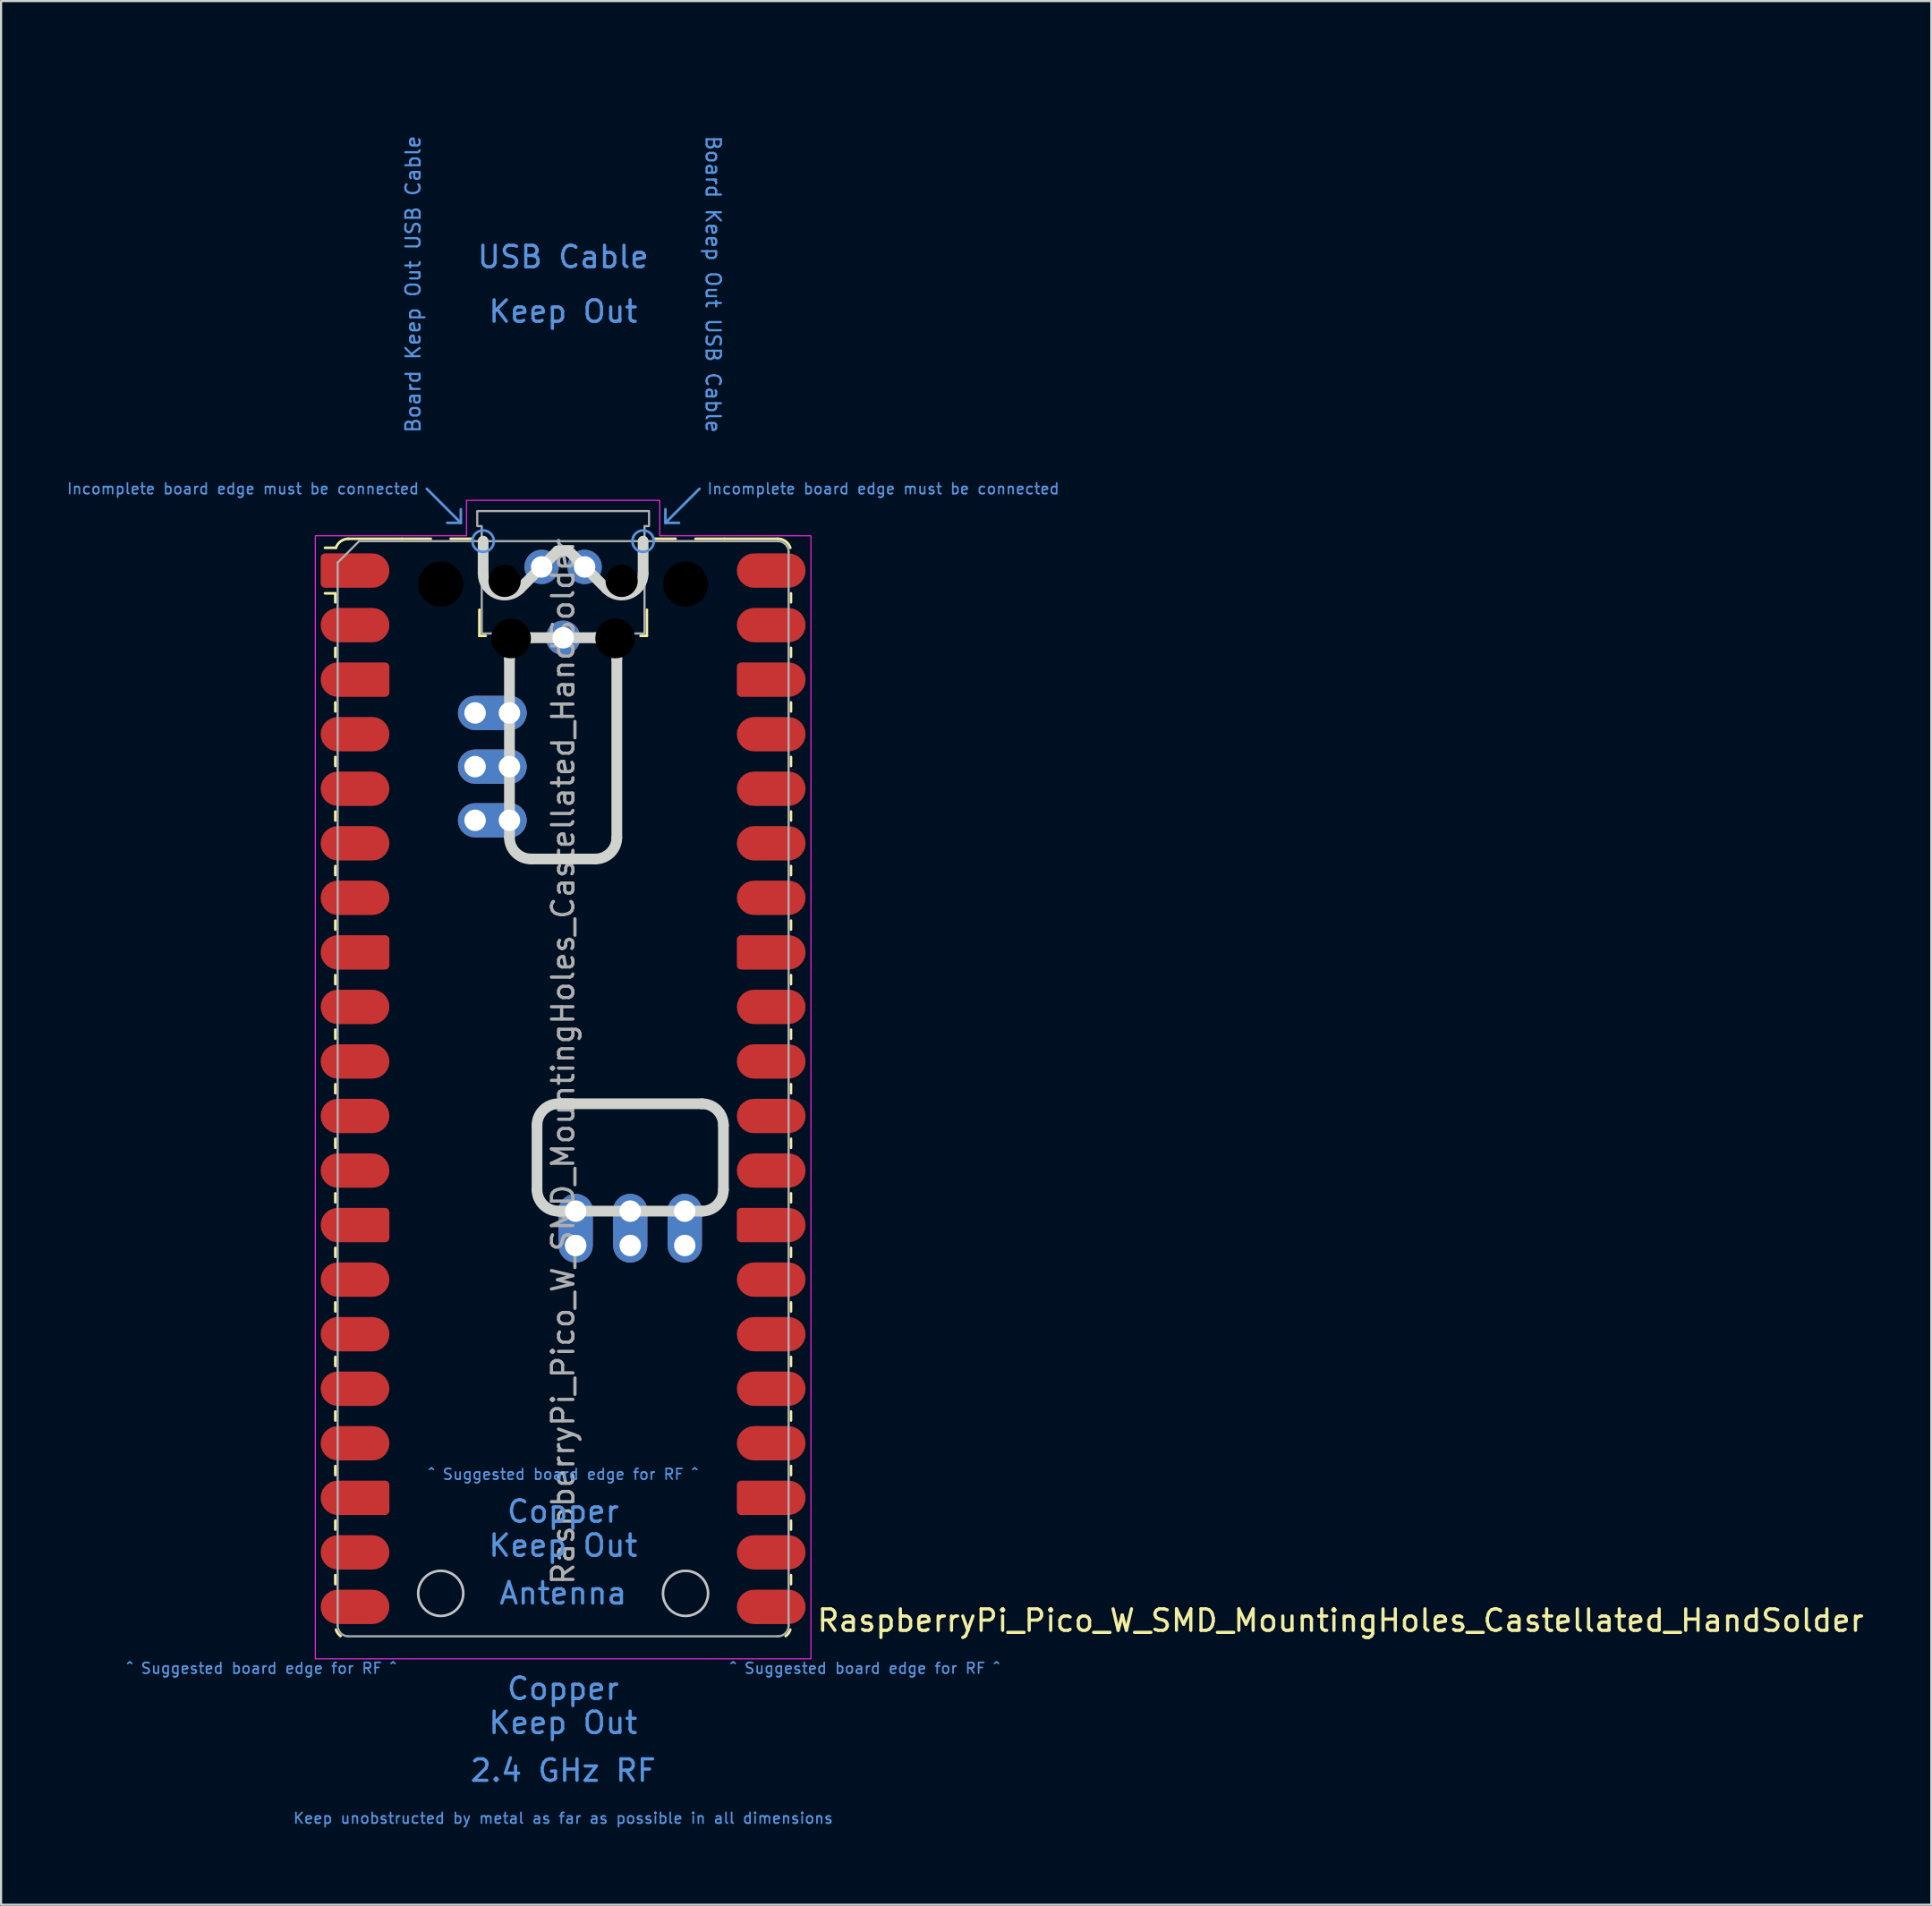
<source format=kicad_pcb>
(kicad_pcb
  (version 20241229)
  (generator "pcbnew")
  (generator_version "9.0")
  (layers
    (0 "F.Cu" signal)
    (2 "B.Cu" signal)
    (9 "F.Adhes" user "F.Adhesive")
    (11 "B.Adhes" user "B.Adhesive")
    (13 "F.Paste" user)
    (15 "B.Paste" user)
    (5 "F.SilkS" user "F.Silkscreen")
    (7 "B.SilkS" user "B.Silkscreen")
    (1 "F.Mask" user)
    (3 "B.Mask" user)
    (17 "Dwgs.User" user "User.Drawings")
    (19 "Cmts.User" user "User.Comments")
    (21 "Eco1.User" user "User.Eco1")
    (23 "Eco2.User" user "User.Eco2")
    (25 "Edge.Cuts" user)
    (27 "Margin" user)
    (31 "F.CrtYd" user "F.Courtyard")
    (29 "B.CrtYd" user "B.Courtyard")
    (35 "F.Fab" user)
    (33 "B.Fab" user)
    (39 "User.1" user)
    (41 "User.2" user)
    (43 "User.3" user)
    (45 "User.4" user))
  (footprint "RaspberryPi_Pico_W_SMD_MountingHoles_Castellated_HandSolder"
    (layer "F.Cu")
    (at 23.173 47.65)
    (property "Reference" "RaspberryPi_Pico_W_SMD_MountingHoles_Castellated_HandSolder" (at 11.748 24.765 0) (unlocked yes) (layer "F.SilkS") (effects (font (size 1 1) (thickness 0.15)) (justify left)))
    (attr smd)
    (fp_line (start -10.61 -23.07) (end -11.09 -23.07) (stroke (width 0.12) (type solid)) (layer "F.SilkS"))
    (fp_line (start -10.61 -23.07) (end -10.61 -22.65) (stroke (width 0.12) (type solid)) (layer "F.SilkS"))
    (fp_line (start -10.61 -20.53) (end -10.61 -20.11) (stroke (width 0.12) (type solid)) (layer "F.SilkS"))
    (fp_line (start -10.61 -17.99) (end -10.61 -17.57) (stroke (width 0.12) (type solid)) (layer "F.SilkS"))
    (fp_line (start -10.61 -15.45) (end -10.61 -15.03) (stroke (width 0.12) (type solid)) (layer "F.SilkS"))
    (fp_line (start -10.61 -12.91) (end -10.61 -12.49) (stroke (width 0.12) (type solid)) (layer "F.SilkS"))
    (fp_line (start -10.61 -10.37) (end -10.61 -9.95) (stroke (width 0.12) (type solid)) (layer "F.SilkS"))
    (fp_line (start -10.61 -7.83) (end -10.61 -7.41) (stroke (width 0.12) (type solid)) (layer "F.SilkS"))
    (fp_line (start -10.61 -5.29) (end -10.61 -4.87) (stroke (width 0.12) (type solid)) (layer "F.SilkS"))
    (fp_line (start -10.61 -2.75) (end -10.61 -2.33) (stroke (width 0.12) (type solid)) (layer "F.SilkS"))
    (fp_line (start -10.61 -0.21) (end -10.61 0.21) (stroke (width 0.12) (type solid)) (layer "F.SilkS"))
    (fp_line (start -10.61 2.33) (end -10.61 2.75) (stroke (width 0.12) (type solid)) (layer "F.SilkS"))
    (fp_line (start -10.61 4.87) (end -10.61 5.29) (stroke (width 0.12) (type solid)) (layer "F.SilkS"))
    (fp_line (start -10.61 7.41) (end -10.61 7.83) (stroke (width 0.12) (type solid)) (layer "F.SilkS"))
    (fp_line (start -10.61 9.95) (end -10.61 10.37) (stroke (width 0.12) (type solid)) (layer "F.SilkS"))
    (fp_line (start -10.61 12.49) (end -10.61 12.91) (stroke (width 0.12) (type solid)) (layer "F.SilkS"))
    (fp_line (start -10.61 15.03) (end -10.61 15.45) (stroke (width 0.12) (type solid)) (layer "F.SilkS"))
    (fp_line (start -10.61 17.57) (end -10.61 17.99) (stroke (width 0.12) (type solid)) (layer "F.SilkS"))
    (fp_line (start -10.61 20.11) (end -10.61 20.53) (stroke (width 0.12) (type solid)) (layer "F.SilkS"))
    (fp_line (start -10.61 22.65) (end -10.61 23.07) (stroke (width 0.12) (type solid)) (layer "F.SilkS"))
    (fp_line (start -10.58 -25.19) (end -11.09 -25.19) (stroke (width 0.12) (type solid)) (layer "F.SilkS"))
    (fp_line (start -10 -25.61) (end -7.51 -25.61) (stroke (width 0.12) (type solid)) (layer "F.SilkS"))
    (fp_line (start -7.51 -25.61) (end -6.162 -25.61) (stroke (width 0.12) (type solid)) (layer "F.SilkS"))
    (fp_line (start -5.238 -25.61) (end -4.235 -25.61) (stroke (width 0.12) (type solid)) (layer "F.SilkS"))
    (fp_line (start -3.9 -22.306) (end -3.9 -21.09) (stroke (width 0.12) (type solid)) (layer "F.SilkS"))
    (fp_line (start -3.9 -21.09) (end -3.604 -21.09) (stroke (width 0.12) (type solid)) (layer "F.SilkS"))
    (fp_line (start 3.604 -21.09) (end 3.9 -21.09) (stroke (width 0.12) (type solid)) (layer "F.SilkS"))
    (fp_line (start 3.9 -22.306) (end 3.9 -21.09) (stroke (width 0.12) (type solid)) (layer "F.SilkS"))
    (fp_line (start 4.235 -25.61) (end 5.238 -25.61) (stroke (width 0.12) (type solid)) (layer "F.SilkS"))
    (fp_line (start 6.162 -25.61) (end 7.51 -25.61) (stroke (width 0.12) (type solid)) (layer "F.SilkS"))
    (fp_line (start 10 -25.61) (end 7.51 -25.61) (stroke (width 0.12) (type solid)) (layer "F.SilkS"))
    (fp_line (start 10.61 -23.07) (end 10.61 -22.65) (stroke (width 0.12) (type solid)) (layer "F.SilkS"))
    (fp_line (start 10.61 -20.53) (end 10.61 -20.11) (stroke (width 0.12) (type solid)) (layer "F.SilkS"))
    (fp_line (start 10.61 -17.99) (end 10.61 -17.57) (stroke (width 0.12) (type solid)) (layer "F.SilkS"))
    (fp_line (start 10.61 -15.45) (end 10.61 -15.03) (stroke (width 0.12) (type solid)) (layer "F.SilkS"))
    (fp_line (start 10.61 -12.91) (end 10.61 -12.49) (stroke (width 0.12) (type solid)) (layer "F.SilkS"))
    (fp_line (start 10.61 -10.37) (end 10.61 -9.95) (stroke (width 0.12) (type solid)) (layer "F.SilkS"))
    (fp_line (start 10.61 -7.83) (end 10.61 -7.41) (stroke (width 0.12) (type solid)) (layer "F.SilkS"))
    (fp_line (start 10.61 -5.29) (end 10.61 -4.87) (stroke (width 0.12) (type solid)) (layer "F.SilkS"))
    (fp_line (start 10.61 -2.75) (end 10.61 -2.33) (stroke (width 0.12) (type solid)) (layer "F.SilkS"))
    (fp_line (start 10.61 -0.21) (end 10.61 0.21) (stroke (width 0.12) (type solid)) (layer "F.SilkS"))
    (fp_line (start 10.61 2.33) (end 10.61 2.75) (stroke (width 0.12) (type solid)) (layer "F.SilkS"))
    (fp_line (start 10.61 4.87) (end 10.61 5.29) (stroke (width 0.12) (type solid)) (layer "F.SilkS"))
    (fp_line (start 10.61 7.41) (end 10.61 7.83) (stroke (width 0.12) (type solid)) (layer "F.SilkS"))
    (fp_line (start 10.61 9.95) (end 10.61 10.37) (stroke (width 0.12) (type solid)) (layer "F.SilkS"))
    (fp_line (start 10.61 12.49) (end 10.61 12.91) (stroke (width 0.12) (type solid)) (layer "F.SilkS"))
    (fp_line (start 10.61 15.03) (end 10.61 15.45) (stroke (width 0.12) (type solid)) (layer "F.SilkS"))
    (fp_line (start 10.61 17.57) (end 10.61 17.99) (stroke (width 0.12) (type solid)) (layer "F.SilkS"))
    (fp_line (start 10.61 20.11) (end 10.61 20.53) (stroke (width 0.12) (type solid)) (layer "F.SilkS"))
    (fp_line (start 10.61 22.65) (end 10.61 23.07) (stroke (width 0.12) (type solid)) (layer "F.SilkS"))
    (fp_arc (start -10.579676 -25.189937) (mid -10.357938 -25.493944) (end -10 -25.61) (stroke (width 0.12) (type solid)) (layer "F.SilkS"))
    (fp_arc (start -10.363318 25.49) (mid -10.494792 25.356765) (end -10.579676 25.189937) (stroke (width 0.12) (type solid)) (layer "F.SilkS"))
    (fp_arc (start 10 -25.61) (mid 10.357937 -25.493944) (end 10.579676 -25.189937) (stroke (width 0.12) (type solid)) (layer "F.SilkS"))
    (fp_arc (start 10.579676 25.189937) (mid 10.494812 25.356783) (end 10.363318 25.49) (stroke (width 0.12) (type solid)) (layer "F.SilkS"))
    (fp_circle (center -5.7 23.5) (end -4.65 23.5) (stroke (width 0.12) (type solid)) (fill no) (layer "Dwgs.User"))
    (fp_circle (center 5.7 23.5) (end 6.75 23.5) (stroke (width 0.12) (type solid)) (fill no) (layer "Dwgs.User"))
    (fp_line (start -6.35 -27.94) (end -4.763 -26.352) (stroke (width 0.12) (type solid)) (layer "Cmts.User"))
    (fp_line (start -4.763 -26.352) (end -5.397 -26.352) (stroke (width 0.12) (type solid)) (layer "Cmts.User"))
    (fp_line (start -4.763 -26.352) (end -4.763 -26.988) (stroke (width 0.12) (type solid)) (layer "Cmts.User"))
    (fp_line (start 4.763 -26.352) (end 4.763 -26.988) (stroke (width 0.12) (type solid)) (layer "Cmts.User"))
    (fp_line (start 4.763 -26.352) (end 5.397 -26.352) (stroke (width 0.12) (type solid)) (layer "Cmts.User"))
    (fp_line (start 6.35 -27.94) (end 4.763 -26.352) (stroke (width 0.12) (type solid)) (layer "Cmts.User"))
    (fp_circle (center -3.725 -25.5) (end -3.225 -25.5) (stroke (width 0.12) (type solid)) (fill no) (layer "Cmts.User"))
    (fp_circle (center 3.725 -25.5) (end 3.225 -25.5) (stroke (width 0.12) (type solid)) (fill no) (layer "Cmts.User"))
    (fp_line (start -3.725 -23.989) (end -3.725 -25.5) (stroke (width 0.5) (type solid)) (layer "Edge.Cuts"))
    (fp_line (start -2.5 -20) (end -2.5 -11.7) (stroke (width 0.5) (type solid)) (layer "Edge.Cuts"))
    (fp_line (start -2.018 -23.282) (end -0.258 -25.042) (stroke (width 0.5) (type solid)) (layer "Edge.Cuts"))
    (fp_line (start -1.216 4.7) (end -1.216 1.7) (stroke (width 0.5) (type solid)) (layer "Edge.Cuts"))
    (fp_line (start -0.216 5.7) (end 6.464 5.7) (stroke (width 0.5) (type solid)) (layer "Edge.Cuts"))
    (fp_line (start 0.258 -25.042) (end -0.258 -25.042) (stroke (width 0.5) (type solid)) (layer "Edge.Cuts"))
    (fp_line (start 1.5 -21) (end -1.5 -21) (stroke (width 0.5) (type solid)) (layer "Edge.Cuts"))
    (fp_line (start 1.5 -10.7) (end -1.5 -10.7) (stroke (width 0.5) (type solid)) (layer "Edge.Cuts"))
    (fp_line (start 2.018 -23.282) (end 0.258 -25.042) (stroke (width 0.5) (type solid)) (layer "Edge.Cuts"))
    (fp_line (start 2.5 -11.7) (end 2.5 -20) (stroke (width 0.5) (type solid)) (layer "Edge.Cuts"))
    (fp_line (start 3.725 -23.989) (end 3.725 -25.5) (stroke (width 0.5) (type solid)) (layer "Edge.Cuts"))
    (fp_line (start 6.464 0.7) (end -0.216 0.7) (stroke (width 0.5) (type solid)) (layer "Edge.Cuts"))
    (fp_line (start 7.464 1.7) (end 7.464 4.7) (stroke (width 0.5) (type solid)) (layer "Edge.Cuts"))
    (fp_arc (start -2.5 -20) (mid -2.207118 -20.707118) (end -1.5 -21) (stroke (width 0.5) (type solid)) (layer "Edge.Cuts"))
    (fp_arc (start -2.017893 -23.282106) (mid -3.107711 -23.065266) (end -3.725 -23.989213) (stroke (width 0.5) (type solid)) (layer "Edge.Cuts"))
    (fp_arc (start -1.5 -10.7) (mid -2.20711 -10.99289) (end -2.5 -11.7) (stroke (width 0.5) (type solid)) (layer "Edge.Cuts"))
    (fp_arc (start -1.2159 1.7) (mid -0.923007 0.992893) (end -0.2159 0.7) (stroke (width 0.5) (type solid)) (layer "Edge.Cuts"))
    (fp_arc (start -0.2159 5.7) (mid -0.923007 5.407107) (end -1.2159 4.7) (stroke (width 0.5) (type solid)) (layer "Edge.Cuts"))
    (fp_arc (start 1.5 -21) (mid 2.207107 -20.707107) (end 2.5 -20) (stroke (width 0.5) (type solid)) (layer "Edge.Cuts"))
    (fp_arc (start 2.5 -11.7) (mid 2.207095 -10.992905) (end 1.5 -10.7) (stroke (width 0.5) (type solid)) (layer "Edge.Cuts"))
    (fp_arc (start 3.725 -23.989213) (mid 3.107698 -23.06529) (end 2.017893 -23.282106) (stroke (width 0.5) (type solid)) (layer "Edge.Cuts"))
    (fp_arc (start 6.4641 0.7) (mid 7.171207 0.992893) (end 7.4641 1.7) (stroke (width 0.5) (type solid)) (layer "Edge.Cuts"))
    (fp_arc (start 7.4641 4.7) (mid 7.171207 5.407107) (end 6.4641 5.7) (stroke (width 0.5) (type solid)) (layer "Edge.Cuts"))
    (fp_poly (pts (xy -4.5 -27.4) (xy 4.5 -27.4) (xy 4.5 -25.75) (xy 11.54 -25.75) (xy 11.54 26.55) (xy -11.54 26.55) (xy -11.54 -25.75) (xy -4.5 -25.75)) (stroke (width 0.05) (type solid)) (fill no) (layer "F.CrtYd"))
    (fp_line (start -10.5 -24.5) (end -9.5 -25.5) (stroke (width 0.1) (type solid)) (layer "F.Fab"))
    (fp_line (start -10.5 25) (end -10.5 -24.5) (stroke (width 0.1) (type solid)) (layer "F.Fab"))
    (fp_line (start -9.5 -25.5) (end 10 -25.5) (stroke (width 0.1) (type solid)) (layer "F.Fab"))
    (fp_line (start 10 25.5) (end -10 25.5) (stroke (width 0.1) (type solid)) (layer "F.Fab"))
    (fp_line (start 10.5 -25) (end 10.5 25) (stroke (width 0.1) (type solid)) (layer "F.Fab"))
    (fp_arc (start -10 25.5) (mid -10.353553 25.353553) (end -10.5 25) (stroke (width 0.1) (type solid)) (layer "F.Fab"))
    (fp_arc (start 10 -25.5) (mid 10.353553 -25.353553) (end 10.5 -25) (stroke (width 0.1) (type solid)) (layer "F.Fab"))
    (fp_arc (start 10.5 25) (mid 10.353553 25.353553) (end 10 25.5) (stroke (width 0.1) (type solid)) (layer "F.Fab"))
    (fp_poly (pts (xy 3.79 -21.2) (xy 3.79 -26.2) (xy 4 -26.2) (xy 4 -26.9) (xy -4 -26.9) (xy -4 -26.2) (xy -3.79 -26.2) (xy -3.79 -21.2)) (stroke (width 0.1) (type solid)) (fill no) (layer "F.Fab"))
    (fp_text user "Copper" (at 0 27.94 0) (unlocked yes) (layer "Cmts.User") (effects (font (size 1 1) (thickness 0.15))))
    (fp_text user "Incomplete board edge must be connected" (at -6.668 -27.94 0) (unlocked yes) (layer "Cmts.User") (effects (font (size 0.5 0.5) (thickness 0.075)) (justify right)))
    (fp_text user "Keep Out" (at 0 29.527 0) (unlocked yes) (layer "Cmts.User") (effects (font (size 1 1) (thickness 0.15))))
    (fp_text user "Antenna" (at 0 23.495 0) (unlocked yes) (layer "Cmts.User") (effects (font (size 1 1) (thickness 0.15))))
    (fp_text user "Incomplete board edge must be connected" (at 6.668 -27.94 0) (unlocked yes) (layer "Cmts.User") (effects (font (size 0.5 0.5) (thickness 0.075)) (justify left)))
    (fp_text user "Keep Out" (at 0 21.273 0) (unlocked yes) (layer "Cmts.User") (effects (font (size 1 1) (thickness 0.15))))
    (fp_text user "USB Cable" (at 0 -38.735 0) (unlocked yes) (layer "Cmts.User") (effects (font (size 1 1) (thickness 0.15))))
    (fp_text user "Keep unobstructed by metal as far as possible in all dimensions" (at 0 33.972 0) (unlocked yes) (layer "Cmts.User") (effects (font (size 0.5 0.5) (thickness 0.075))))
    (fp_text user "Board Keep Out USB Cable" (at -6.985 -37.465 90) (unlocked yes) (layer "Cmts.User") (effects (font (size 0.667 0.667) (thickness 0.1))))
    (fp_text user "2.4 GHz RF" (at 0 31.75 0) (unlocked yes) (layer "Cmts.User") (effects (font (size 1 1) (thickness 0.15))))
    (fp_text user "Keep Out" (at 0 -36.195 0) (unlocked yes) (layer "Cmts.User") (effects (font (size 1 1) (thickness 0.15))))
    (fp_text user "^ Suggested board edge for RF ^" (at 0 17.953 0) (unlocked yes) (layer "Cmts.User") (effects (font (size 0.5 0.5) (thickness 0.075))))
    (fp_text user "Board Keep Out USB Cable" (at 6.985 -37.465 270) (unlocked yes) (layer "Cmts.User") (effects (font (size 0.667 0.667) (thickness 0.1))))
    (fp_text user "Copper" (at 0 19.685 0) (unlocked yes) (layer "Cmts.User") (effects (font (size 1 1) (thickness 0.15))))
    (fp_text user "^ Suggested board edge for RF ^" (at 14.05 26.988 0) (unlocked yes) (layer "Cmts.User") (effects (font (size 0.5 0.5) (thickness 0.075))))
    (fp_text user "^ Suggested board edge for RF ^" (at -14.05 26.988 0) (unlocked yes) (layer "Cmts.User") (effects (font (size 0.5 0.5) (thickness 0.075))))
    (fp_text user "${REFERENCE}" (at 0 -1.27 90) (layer "F.Fab") (effects (font (size 1 1) (thickness 0.15))))
    (pad "" np_thru_hole circle (at -5.7 -23.5) (size 3.8 3.8) (drill 2.1) (layers "*.Mask"))
    (pad "" np_thru_hole circle (at -2.725 -23.65) (size 1.5 1.5) (drill 1.5) (layers "*.Mask"))
    (pad "" np_thru_hole circle (at -2.425 -20.97) (size 1.85 1.85) (drill 1.85) (layers "*.Mask"))
    (pad "" np_thru_hole circle (at 2.425 -20.97) (size 1.85 1.85) (drill 1.85) (layers "*.Mask"))
    (pad "" np_thru_hole circle (at 2.725 -23.65) (size 1.5 1.5) (drill 1.5) (layers "*.Mask"))
    (pad "" np_thru_hole circle (at 5.7 -23.5) (size 3.8 3.8) (drill 2.1) (layers "*.Mask"))
    (pad "1" smd custom (at -8.89 -24.13) (size 1.6 1.6) (layers "F.Cu" "F.Mask" "F.Paste") (options (anchor circle)) (primitives (gr_poly (pts (xy -2.4 0.6) (xy -2.4 -0.6) (xy -2.2 -0.8) (xy 0 -0.8) (xy 0 0.8) (xy -2.2 0.8)) (width 0) (fill yes)) (gr_circle (center -2.2 0.6) (end -2 0.6) (width 0) (fill yes)) (gr_circle (center -2.2 -0.6) (end -2 -0.6) (width 0) (fill yes))))
    (pad "2" smd roundrect (at -8.89 -21.59) (size 3.2 1.6) (drill (offset -0.8 0)) (layers "F.Cu" "F.Mask" "F.Paste") (roundrect_rratio 0.5))
    (pad "3" smd custom (at -8.89 -19.05) (size 1.6 1.6) (layers "F.Cu" "F.Mask" "F.Paste") (options (anchor circle)) (primitives (gr_poly (pts (xy 0.8 -0.6) (xy 0.8 0.6) (xy 0.6 0.8) (xy -1.6 0.8) (xy -1.6 -0.8) (xy 0.6 -0.8)) (width 0) (fill yes)) (gr_circle (center 0.6 0.6) (end 0.8 0.6) (width 0) (fill yes)) (gr_circle (center 0.6 -0.6) (end 0.8 -0.6) (width 0) (fill yes)) (gr_circle (center -1.6 0) (end -0.8 0) (width 0) (fill yes))))
    (pad "4" smd roundrect (at -8.89 -16.51) (size 3.2 1.6) (drill (offset -0.8 0)) (layers "F.Cu" "F.Mask" "F.Paste") (roundrect_rratio 0.5))
    (pad "5" smd roundrect (at -8.89 -13.97) (size 3.2 1.6) (drill (offset -0.8 0)) (layers "F.Cu" "F.Mask" "F.Paste") (roundrect_rratio 0.5))
    (pad "6" smd roundrect (at -8.89 -11.43) (size 3.2 1.6) (drill (offset -0.8 0)) (layers "F.Cu" "F.Mask" "F.Paste") (roundrect_rratio 0.5))
    (pad "7" smd roundrect (at -8.89 -8.89) (size 3.2 1.6) (drill (offset -0.8 0)) (layers "F.Cu" "F.Mask" "F.Paste") (roundrect_rratio 0.5))
    (pad "8" smd custom (at -8.89 -6.35) (size 1.6 1.6) (layers "F.Cu" "F.Mask" "F.Paste") (options (anchor circle)) (primitives (gr_poly (pts (xy 0.8 -0.6) (xy 0.8 0.6) (xy 0.6 0.8) (xy -1.6 0.8) (xy -1.6 -0.8) (xy 0.6 -0.8)) (width 0) (fill yes)) (gr_circle (center 0.6 0.6) (end 0.8 0.6) (width 0) (fill yes)) (gr_circle (center 0.6 -0.6) (end 0.8 -0.6) (width 0) (fill yes)) (gr_circle (center -1.6 0) (end -0.8 0) (width 0) (fill yes))))
    (pad "9" smd roundrect (at -8.89 -3.81) (size 3.2 1.6) (drill (offset -0.8 0)) (layers "F.Cu" "F.Mask" "F.Paste") (roundrect_rratio 0.5))
    (pad "10" smd roundrect (at -8.89 -1.27) (size 3.2 1.6) (drill (offset -0.8 0)) (layers "F.Cu" "F.Mask" "F.Paste") (roundrect_rratio 0.5))
    (pad "11" smd roundrect (at -8.89 1.27) (size 3.2 1.6) (drill (offset -0.8 0)) (layers "F.Cu" "F.Mask" "F.Paste") (roundrect_rratio 0.5))
    (pad "12" smd roundrect (at -8.89 3.81) (size 3.2 1.6) (drill (offset -0.8 0)) (layers "F.Cu" "F.Mask" "F.Paste") (roundrect_rratio 0.5))
    (pad "13" smd custom (at -8.89 6.35) (size 1.6 1.6) (layers "F.Cu" "F.Mask" "F.Paste") (options (anchor circle)) (primitives (gr_poly (pts (xy 0.8 -0.6) (xy 0.8 0.6) (xy 0.6 0.8) (xy -1.6 0.8) (xy -1.6 -0.8) (xy 0.6 -0.8)) (width 0) (fill yes)) (gr_circle (center 0.6 0.6) (end 0.8 0.6) (width 0) (fill yes)) (gr_circle (center 0.6 -0.6) (end 0.8 -0.6) (width 0) (fill yes)) (gr_circle (center -1.6 0) (end -0.8 0) (width 0) (fill yes))))
    (pad "14" smd roundrect (at -8.89 8.89) (size 3.2 1.6) (drill (offset -0.8 0)) (layers "F.Cu" "F.Mask" "F.Paste") (roundrect_rratio 0.5))
    (pad "15" smd roundrect (at -8.89 11.43) (size 3.2 1.6) (drill (offset -0.8 0)) (layers "F.Cu" "F.Mask" "F.Paste") (roundrect_rratio 0.5))
    (pad "16" smd roundrect (at -8.89 13.97) (size 3.2 1.6) (drill (offset -0.8 0)) (layers "F.Cu" "F.Mask" "F.Paste") (roundrect_rratio 0.5))
    (pad "17" smd roundrect (at -8.89 16.51) (size 3.2 1.6) (drill (offset -0.8 0)) (layers "F.Cu" "F.Mask" "F.Paste") (roundrect_rratio 0.5))
    (pad "18" smd custom (at -8.89 19.05) (size 1.6 1.6) (layers "F.Cu" "F.Mask" "F.Paste") (options (anchor circle)) (primitives (gr_poly (pts (xy 0.8 -0.6) (xy 0.8 0.6) (xy 0.6 0.8) (xy -1.6 0.8) (xy -1.6 -0.8) (xy 0.6 -0.8)) (width 0) (fill yes)) (gr_circle (center 0.6 0.6) (end 0.8 0.6) (width 0) (fill yes)) (gr_circle (center 0.6 -0.6) (end 0.8 -0.6) (width 0) (fill yes)) (gr_circle (center -1.6 0) (end -0.8 0) (width 0) (fill yes))))
    (pad "19" smd roundrect (at -8.89 21.59) (size 3.2 1.6) (drill (offset -0.8 0)) (layers "F.Cu" "F.Mask" "F.Paste") (roundrect_rratio 0.5))
    (pad "20" smd roundrect (at -8.89 24.13) (size 3.2 1.6) (drill (offset -0.8 0)) (layers "F.Cu" "F.Mask" "F.Paste") (roundrect_rratio 0.5))
    (pad "21" smd roundrect (at 8.89 24.13) (size 3.2 1.6) (drill (offset 0.8 0)) (layers "F.Cu" "F.Mask" "F.Paste") (roundrect_rratio 0.5))
    (pad "22" smd roundrect (at 8.89 21.59) (size 3.2 1.6) (drill (offset 0.8 0)) (layers "F.Cu" "F.Mask" "F.Paste") (roundrect_rratio 0.5))
    (pad "23" smd custom (at 8.89 19.05) (size 1.6 1.6) (layers "F.Cu" "F.Mask" "F.Paste") (options (anchor circle)) (primitives (gr_poly (pts (xy -0.8 -0.6) (xy -0.8 0.6) (xy -0.6 0.8) (xy 1.6 0.8) (xy 1.6 -0.8) (xy -0.6 -0.8)) (width 0) (fill yes)) (gr_circle (center -0.6 0.6) (end -0.4 0.6) (width 0) (fill yes)) (gr_circle (center -0.6 -0.6) (end -0.4 -0.6) (width 0) (fill yes)) (gr_circle (center 1.6 0) (end 2.4 0) (width 0) (fill yes))))
    (pad "24" smd roundrect (at 8.89 16.51) (size 3.2 1.6) (drill (offset 0.8 0)) (layers "F.Cu" "F.Mask" "F.Paste") (roundrect_rratio 0.5))
    (pad "25" smd roundrect (at 8.89 13.97) (size 3.2 1.6) (drill (offset 0.8 0)) (layers "F.Cu" "F.Mask" "F.Paste") (roundrect_rratio 0.5))
    (pad "26" smd roundrect (at 8.89 11.43) (size 3.2 1.6) (drill (offset 0.8 0)) (layers "F.Cu" "F.Mask" "F.Paste") (roundrect_rratio 0.5))
    (pad "27" smd roundrect (at 8.89 8.89) (size 3.2 1.6) (drill (offset 0.8 0)) (layers "F.Cu" "F.Mask" "F.Paste") (roundrect_rratio 0.5))
    (pad "28" smd custom (at 8.89 6.35) (size 1.6 1.6) (layers "F.Cu" "F.Mask" "F.Paste") (options (anchor circle)) (primitives (gr_poly (pts (xy -0.8 -0.6) (xy -0.8 0.6) (xy -0.6 0.8) (xy 1.6 0.8) (xy 1.6 -0.8) (xy -0.6 -0.8)) (width 0) (fill yes)) (gr_circle (center -0.6 0.6) (end -0.4 0.6) (width 0) (fill yes)) (gr_circle (center -0.6 -0.6) (end -0.4 -0.6) (width 0) (fill yes)) (gr_circle (center 1.6 0) (end 2.4 0) (width 0) (fill yes))))
    (pad "29" smd roundrect (at 8.89 3.81) (size 3.2 1.6) (drill (offset 0.8 0)) (layers "F.Cu" "F.Mask" "F.Paste") (roundrect_rratio 0.5))
    (pad "30" smd roundrect (at 8.89 1.27) (size 3.2 1.6) (drill (offset 0.8 0)) (layers "F.Cu" "F.Mask" "F.Paste") (roundrect_rratio 0.5))
    (pad "31" smd roundrect (at 8.89 -1.27) (size 3.2 1.6) (drill (offset 0.8 0)) (layers "F.Cu" "F.Mask" "F.Paste") (roundrect_rratio 0.5))
    (pad "32" smd roundrect (at 8.89 -3.81) (size 3.2 1.6) (drill (offset 0.8 0)) (layers "F.Cu" "F.Mask" "F.Paste") (roundrect_rratio 0.5))
    (pad "33" smd custom (at 8.89 -6.35) (size 1.6 1.6) (layers "F.Cu" "F.Mask" "F.Paste") (options (anchor circle)) (primitives (gr_poly (pts (xy -0.8 -0.6) (xy -0.8 0.6) (xy -0.6 0.8) (xy 1.6 0.8) (xy 1.6 -0.8) (xy -0.6 -0.8)) (width 0) (fill yes)) (gr_circle (center -0.6 0.6) (end -0.4 0.6) (width 0) (fill yes)) (gr_circle (center -0.6 -0.6) (end -0.4 -0.6) (width 0) (fill yes)) (gr_circle (center 1.6 0) (end 2.4 0) (width 0) (fill yes))))
    (pad "34" smd roundrect (at 8.89 -8.89) (size 3.2 1.6) (drill (offset 0.8 0)) (layers "F.Cu" "F.Mask" "F.Paste") (roundrect_rratio 0.5))
    (pad "35" smd roundrect (at 8.89 -11.43) (size 3.2 1.6) (drill (offset 0.8 0)) (layers "F.Cu" "F.Mask" "F.Paste") (roundrect_rratio 0.5))
    (pad "36" smd roundrect (at 8.89 -13.97) (size 3.2 1.6) (drill (offset 0.8 0)) (layers "F.Cu" "F.Mask" "F.Paste") (roundrect_rratio 0.5))
    (pad "37" smd roundrect (at 8.89 -16.51) (size 3.2 1.6) (drill (offset 0.8 0)) (layers "F.Cu" "F.Mask" "F.Paste") (roundrect_rratio 0.5))
    (pad "38" smd custom (at 8.89 -19.05) (size 1.6 1.6) (layers "F.Cu" "F.Mask" "F.Paste") (options (anchor circle)) (primitives (gr_poly (pts (xy -0.8 -0.6) (xy -0.8 0.6) (xy -0.6 0.8) (xy 1.6 0.8) (xy 1.6 -0.8) (xy -0.6 -0.8)) (width 0) (fill yes)) (gr_circle (center -0.6 0.6) (end -0.4 0.6) (width 0) (fill yes)) (gr_circle (center -0.6 -0.6) (end -0.4 -0.6) (width 0) (fill yes)) (gr_circle (center 1.6 0) (end 2.4 0) (width 0) (fill yes))))
    (pad "39" smd roundrect (at 8.89 -21.59) (size 3.2 1.6) (drill (offset 0.8 0)) (layers "F.Cu" "F.Mask" "F.Paste") (roundrect_rratio 0.5))
    (pad "40" smd roundrect (at 8.89 -24.13) (size 3.2 1.6) (drill (offset 0.8 0)) (layers "F.Cu" "F.Mask" "F.Paste") (roundrect_rratio 0.5))
    (pad "D1" thru_hole circle (at 0.584 5.7) (size 1.6 1.6) (drill 1) (property pad_prop_castellated) (layers "*.Cu" "*.Mask"))
    (pad "D1" thru_hole roundrect (at 0.584 7.3) (size 1.6 3.2) (drill 1 (offset 0 -0.8)) (property pad_prop_castellated) (layers "*.Cu" "*.Mask") (roundrect_rratio 0.5))
    (pad "D2" thru_hole circle (at 3.124 5.7) (size 1.6 1.6) (drill 1) (property pad_prop_castellated) (layers "*.Cu" "*.Mask"))
    (pad "D2" thru_hole roundrect (at 3.124 7.3) (size 1.6 3.2) (drill 1 (offset 0 -0.8)) (property pad_prop_castellated) (layers "*.Cu" "*.Mask") (roundrect_rratio 0.5))
    (pad "D3" thru_hole circle (at 5.664 5.7) (size 1.6 1.6) (drill 1) (property pad_prop_castellated) (layers "*.Cu" "*.Mask"))
    (pad "D3" thru_hole roundrect (at 5.664 7.3) (size 1.6 3.2) (drill 1 (offset 0 -0.8)) (property pad_prop_castellated) (layers "*.Cu" "*.Mask") (roundrect_rratio 0.5))
    (pad "TP1" thru_hole circle (at 0 -21) (size 1.6 1.6) (drill 1) (property pad_prop_castellated) (layers "*.Cu" "*.Mask"))
    (pad "TP2" thru_hole circle (at 1 -24.3) (size 1.6 1.6) (drill 1) (property pad_prop_castellated) (layers "*.Cu" "*.Mask"))
    (pad "TP3" thru_hole circle (at -1 -24.3) (size 1.6 1.6) (drill 1) (property pad_prop_castellated) (layers "*.Cu" "*.Mask"))
    (pad "TP4" thru_hole roundrect (at -4.1 -17.5) (size 3.2 1.6) (drill 1 (offset 0.8 0)) (property pad_prop_castellated) (layers "*.Cu" "*.Mask") (roundrect_rratio 0.5))
    (pad "TP4" thru_hole circle (at -2.5 -17.5) (size 1.6 1.6) (drill 1) (property pad_prop_castellated) (layers "*.Cu" "*.Mask"))
    (pad "TP5" thru_hole roundrect (at -4.1 -15) (size 3.2 1.6) (drill 1 (offset 0.8 0)) (property pad_prop_castellated) (layers "*.Cu" "*.Mask") (roundrect_rratio 0.5))
    (pad "TP5" thru_hole circle (at -2.5 -15) (size 1.6 1.6) (drill 1) (property pad_prop_castellated) (layers "*.Cu" "*.Mask"))
    (pad "TP6" thru_hole roundrect (at -4.1 -12.5) (size 3.2 1.6) (drill 1 (offset 0.8 0)) (property pad_prop_castellated) (layers "*.Cu" "*.Mask") (roundrect_rratio 0.5))
    (pad "TP6" thru_hole circle (at -2.5 -12.5) (size 1.6 1.6) (drill 1) (property pad_prop_castellated) (layers "*.Cu" "*.Mask"))
    (zone (net_name "") (layers "F.Cu" "B.Cu" "F.Paste" "B.Paste") (name "RF Copper Keep Out") (hatch full 0.5) (connect_pads) (min_thickness 0.254) (filled_areas_thickness no) (keepout (tracks not_allowed) (vias not_allowed) (pads not_allowed) (copperpour not_allowed) (footprints not_allowed)) (placement (enabled no)) (fill) (polygon (pts (xy 2.173 72.65) (xy 44.173 72.65) (xy 44.173 82.65) (xy 2.173 82.65))))
    (zone (net_name "") (layers "F.Cu" "B.Cu" "F.Paste" "B.Paste") (name "Antenna Copper Keep Out") (hatch full 0.5) (connect_pads) (min_thickness 0.254) (filled_areas_thickness no) (keepout (tracks not_allowed) (vias not_allowed) (pads not_allowed) (copperpour not_allowed) (footprints not_allowed)) (placement (enabled no)) (fill) (polygon (pts (xy 20.773 72.64) (xy 16.073 68.99) (xy 16.073 64.65) (xy 30.273 64.65) (xy 30.273 68.99) (xy 25.573 72.64) (xy 25.573 72.65) (xy 20.773 72.65))))
    (zone (net_name "") (layer "Edge.Cuts") (name "Board Keep Out USB Cable") (hatch edge 0.5) (connect_pads) (min_thickness 0.254) (filled_areas_thickness no) (keepout (tracks allowed) (vias allowed) (pads allowed) (copperpour allowed) (footprints allowed)) (placement (enabled no)) (fill) (polygon (pts (xy 16.973 0) (xy 29.373 0) (xy 29.373 20.4) (xy 16.973 20.4))))
    (zone (net_name "") (layer "Edge.Cuts") (name "Board Keep Out Suggestion RF") (hatch edge 0.5) (connect_pads) (min_thickness 0.254) (filled_areas_thickness no) (keepout (tracks allowed) (vias allowed) (pads allowed) (copperpour allowed) (footprints allowed)) (placement (enabled no)) (fill) (polygon (pts (xy 30.273 73.65) (xy 44.173 73.65) (xy 44.173 82.65) (xy 2.173 82.65) (xy 2.173 73.65) (xy 16.073 73.65) (xy 16.073 64.65) (xy 30.273 64.65))))
    (zone (net_name "") (layer "Edge.Cuts") (name "Board Keep Out Castellated TP") (hatch edge 0.5) (connect_pads) (min_thickness 0.254) (filled_areas_thickness no) (keepout (tracks allowed) (vias allowed) (pads allowed) (copperpour allowed) (footprints allowed)) (placement (enabled no)) (fill) (polygon (pts (arc (start 24.673447 36.95) (mid 25.380554 36.657107) (end 25.673447 35.95)) (arc (start 25.673447 27.65) (mid 25.380554 26.942893) (end 24.673447 26.65)) (arc (start 21.673447 26.65) (mid 20.96634 26.942893) (end 20.673447 27.65)) (arc (start 20.673447 35.95) (mid 20.966343 36.657104) (end 21.673447 36.95)))))
    (zone (net_name "") (layer "Edge.Cuts") (name "Board Keep Out Castellated Debug") (hatch edge 0.5) (connect_pads) (min_thickness 0.254) (filled_areas_thickness no) (keepout (tracks allowed) (vias allowed) (pads allowed) (copperpour allowed) (footprints allowed)) (placement (enabled no)) (fill) (polygon (pts (arc (start 30.637547 52.35) (mid 30.344651 53.057104) (end 29.637547 53.35)) (arc (start 22.957547 53.35) (mid 22.25044 53.057107) (end 21.957547 52.35)) (arc (start 21.957547 49.35) (mid 22.250443 48.642896) (end 22.957547 48.35)) (arc (start 29.637547 48.35) (mid 30.344654 48.642893) (end 30.637547 49.35)))))
    (zone (net_name "") (layer "Edge.Cuts") (name "Board Keep Out Castellated USB") (hatch edge 0.5) (connect_pads) (min_thickness 0.25) (filled_areas_thickness no) (keepout (tracks allowed) (vias allowed) (pads allowed) (copperpour allowed) (footprints allowed)) (placement (enabled no)) (fill) (polygon (pts (arc (start 20.448447 20.607538) (mid 19.74134 20.900431) (end 19.448447 21.607538)) (arc (start 19.448447 23.660787) (mid 20.065759 24.584679) (end 21.155554 24.367894)) (xy 22.916 22.608) (xy 23.431 22.608) (arc (start 25.19134 24.367894) (mid 26.281135 24.584679) (end 26.898447 23.660787)) (arc (start 26.898447 21.607538) (mid 26.605554 20.900431) (end 25.898447 20.607538)))))
    (zone (net_name "") (layer "F.CrtYd") (name "USB Cable Keep Out") (hatch full 0.5) (connect_pads) (min_thickness 0.254) (filled_areas_thickness no) (keepout (tracks allowed) (vias allowed) (pads allowed) (copperpour allowed) (footprints not_allowed)) (placement (enabled no)) (fill) (polygon (pts (xy 17.423 19.95) (xy 19.233 19.95) (xy 19.233 20.25) (xy 27.113 20.25) (xy 27.113 19.95) (xy 28.923 19.95) (xy 28.923 0.45) (xy 17.423 0.45)))))
  (gr_rect
    (start -3 -3)
    (end 86.885 85.65)
    (stroke (width 0.1) (type default))
    (fill no)
    (layer "Edge.Cuts")))
</source>
